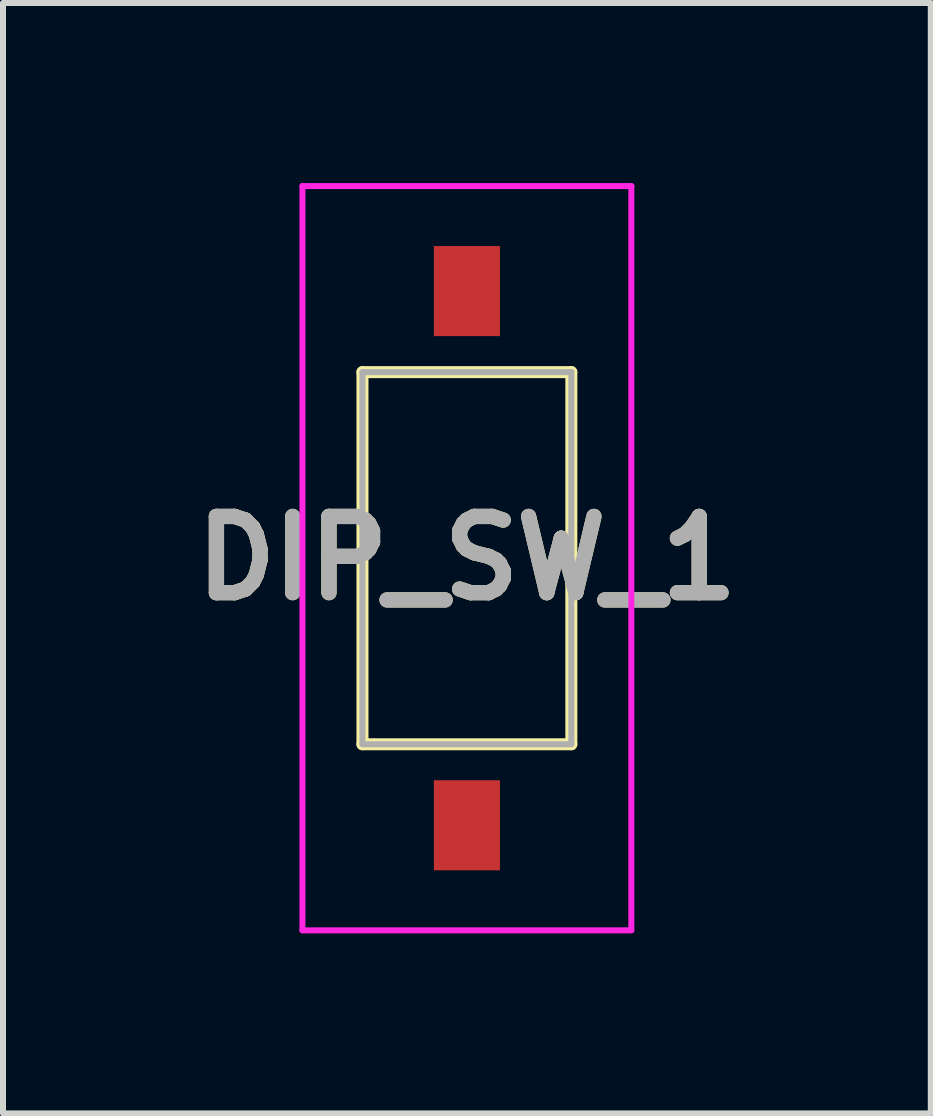
<source format=kicad_pcb>
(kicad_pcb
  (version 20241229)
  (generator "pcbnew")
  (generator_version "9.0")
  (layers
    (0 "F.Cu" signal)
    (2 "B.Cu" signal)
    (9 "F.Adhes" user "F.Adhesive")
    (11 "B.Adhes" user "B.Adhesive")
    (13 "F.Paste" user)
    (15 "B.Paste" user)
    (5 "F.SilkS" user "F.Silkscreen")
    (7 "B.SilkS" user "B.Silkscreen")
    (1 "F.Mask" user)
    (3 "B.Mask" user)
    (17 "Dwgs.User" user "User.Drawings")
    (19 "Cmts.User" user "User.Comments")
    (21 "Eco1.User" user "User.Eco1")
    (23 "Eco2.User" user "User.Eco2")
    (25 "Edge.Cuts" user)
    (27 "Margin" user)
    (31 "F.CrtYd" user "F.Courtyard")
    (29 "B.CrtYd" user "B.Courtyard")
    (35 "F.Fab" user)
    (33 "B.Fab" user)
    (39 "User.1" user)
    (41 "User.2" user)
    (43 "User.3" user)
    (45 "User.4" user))
  (footprint "DIP_SW_1"
    (layer "F.Cu")
    (at 4.729 6.25)
    (property "Reference" "DIP_SW_1" (at 0 0 0) (layer "F.SilkS") (effects (font (size 1.27 1.27) (thickness 0.254))))
    (attr smd)
    (fp_line (start -1.74 -3.1) (end 1.74 -3.1) (stroke (width 0.2) (type solid)) (layer "F.SilkS"))
    (fp_line (start -1.74 3.1) (end -1.74 -3.1) (stroke (width 0.2) (type solid)) (layer "F.SilkS"))
    (fp_line (start 1.74 -3.1) (end 1.74 3.1) (stroke (width 0.2) (type solid)) (layer "F.SilkS"))
    (fp_line (start 1.74 3.1) (end -1.74 3.1) (stroke (width 0.2) (type solid)) (layer "F.SilkS"))
    (fp_line (start -2.74 -6.2) (end 2.74 -6.2) (stroke (width 0.1) (type solid)) (layer "F.CrtYd"))
    (fp_line (start -2.74 6.2) (end -2.74 -6.2) (stroke (width 0.1) (type solid)) (layer "F.CrtYd"))
    (fp_line (start 2.74 -6.2) (end 2.74 6.2) (stroke (width 0.1) (type solid)) (layer "F.CrtYd"))
    (fp_line (start 2.74 6.2) (end -2.74 6.2) (stroke (width 0.1) (type solid)) (layer "F.CrtYd"))
    (fp_line (start -1.74 -3.1) (end 1.74 -3.1) (stroke (width 0.1) (type solid)) (layer "F.Fab"))
    (fp_line (start -1.74 3.1) (end -1.74 -3.1) (stroke (width 0.1) (type solid)) (layer "F.Fab"))
    (fp_line (start 1.74 -3.1) (end 1.74 3.1) (stroke (width 0.1) (type solid)) (layer "F.Fab"))
    (fp_line (start 1.74 3.1) (end -1.74 3.1) (stroke (width 0.1) (type solid)) (layer "F.Fab"))
    (fp_text user "${REFERENCE}" (at 0 0 0) (layer "F.Fab") (effects (font (size 1.27 1.27) (thickness 0.254))))
    (pad "A1" smd rect (at 0 4.45) (size 1.1 1.5) (layers "F.Cu" "F.Mask" "F.Paste"))
    (pad "B1" smd rect (at 0 -4.45) (size 1.1 1.5) (layers "F.Cu" "F.Mask" "F.Paste")))
  (gr_rect
    (start -3 -3)
    (end 12.458 15.5)
    (stroke (width 0.1) (type default))
    (fill no)
    (layer "Edge.Cuts")))
</source>
